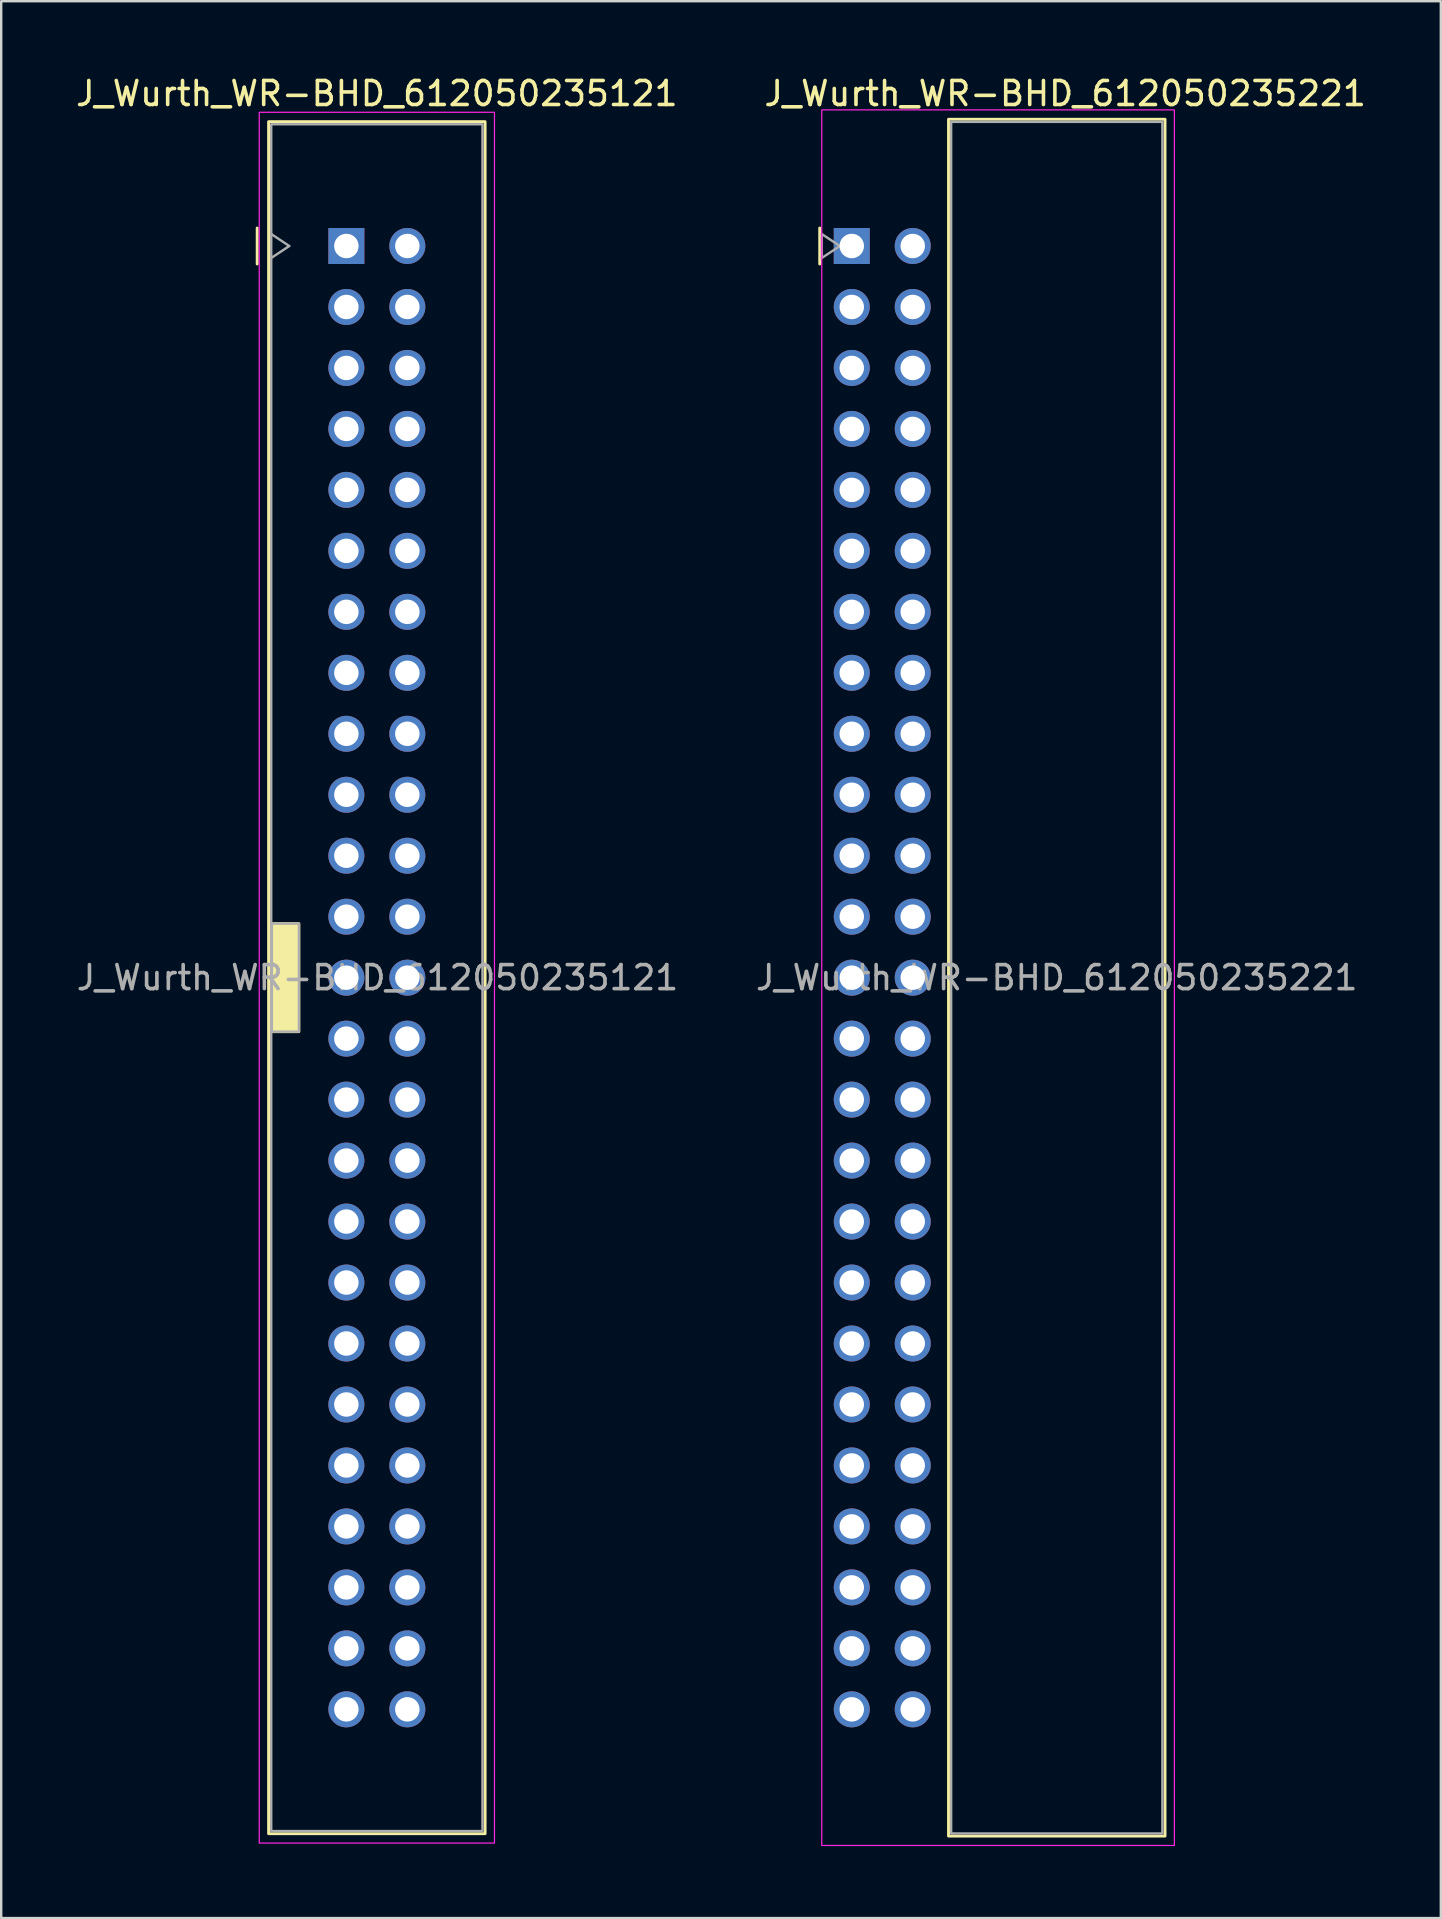
<source format=kicad_pcb>
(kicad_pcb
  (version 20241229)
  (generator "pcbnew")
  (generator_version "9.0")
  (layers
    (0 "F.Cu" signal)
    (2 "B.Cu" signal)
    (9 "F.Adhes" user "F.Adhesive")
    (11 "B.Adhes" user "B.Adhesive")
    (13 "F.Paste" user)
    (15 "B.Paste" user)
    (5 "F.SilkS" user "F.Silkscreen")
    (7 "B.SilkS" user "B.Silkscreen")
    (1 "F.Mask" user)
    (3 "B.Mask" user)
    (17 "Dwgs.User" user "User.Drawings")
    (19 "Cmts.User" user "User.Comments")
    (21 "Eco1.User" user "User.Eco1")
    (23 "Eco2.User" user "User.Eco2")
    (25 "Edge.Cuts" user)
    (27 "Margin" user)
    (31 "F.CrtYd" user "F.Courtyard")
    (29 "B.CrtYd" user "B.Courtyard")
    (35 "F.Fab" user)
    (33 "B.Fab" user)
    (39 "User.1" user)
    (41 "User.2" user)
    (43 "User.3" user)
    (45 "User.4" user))
  (footprint "J_Wurth_WR-BHD_612050235121"
    (layer "F.Cu")
    (at 11.379 7.198)
    (property "Reference" "J_Wurth_WR-BHD_612050235121" (at 1.27 -6.35 0) (unlocked yes) (layer "F.SilkS") (effects (font (size 1 1) (thickness 0.15))))
    (attr through_hole)
    (fp_line (start -3.715 -0.75) (end -3.715 0.75) (stroke (width 0.12) (type solid)) (layer "F.SilkS"))
    (fp_rect (start -3.24 -5.18) (end 5.78 66.14) (stroke (width 0.12) (type solid)) (fill no) (layer "F.SilkS"))
    (fp_rect (start -3.178 28.23) (end -1.978 32.73) (stroke (width 0.12) (type solid)) (fill yes) (layer "F.SilkS"))
    (fp_rect (start -3.63 -5.57) (end 6.17 66.53) (stroke (width 0.05) (type solid)) (fill no) (layer "F.CrtYd"))
    (fp_line (start -2.38 0) (end -3.13 -0.5) (stroke (width 0.1) (type solid)) (layer "F.Fab"))
    (fp_line (start -2.38 0) (end -3.13 0.5) (stroke (width 0.1) (type solid)) (layer "F.Fab"))
    (fp_rect (start -3.13 -5.07) (end 5.67 66.03) (stroke (width 0.1) (type solid)) (fill no) (layer "F.Fab"))
    (fp_rect (start -3.103 28.23) (end -1.978 32.73) (stroke (width 0.1) (type solid)) (fill no) (layer "F.Fab"))
    (fp_text user "${REFERENCE}" (at 1.297 30.48 0) (unlocked yes) (layer "F.Fab") (effects (font (size 1 1) (thickness 0.15))))
    (pad "1" thru_hole rect (at 0 0 270) (size 1.5 1.5) (drill 1.02) (layers "*.Cu" "*.Mask"))
    (pad "2" thru_hole circle (at 2.54 0 270) (size 1.5 1.5) (drill 1.02) (layers "*.Cu" "*.Mask"))
    (pad "3" thru_hole circle (at 0 2.54 270) (size 1.5 1.5) (drill 1.02) (layers "*.Cu" "*.Mask"))
    (pad "4" thru_hole circle (at 2.54 2.54 270) (size 1.5 1.5) (drill 1.02) (layers "*.Cu" "*.Mask"))
    (pad "5" thru_hole circle (at 0 5.08 270) (size 1.5 1.5) (drill 1.02) (layers "*.Cu" "*.Mask"))
    (pad "6" thru_hole circle (at 2.54 5.08 270) (size 1.5 1.5) (drill 1.02) (layers "*.Cu" "*.Mask"))
    (pad "7" thru_hole circle (at 0 7.62 270) (size 1.5 1.5) (drill 1.02) (layers "*.Cu" "*.Mask"))
    (pad "8" thru_hole circle (at 2.54 7.62 270) (size 1.5 1.5) (drill 1.02) (layers "*.Cu" "*.Mask"))
    (pad "9" thru_hole circle (at 0 10.16 270) (size 1.5 1.5) (drill 1.02) (layers "*.Cu" "*.Mask"))
    (pad "10" thru_hole circle (at 2.54 10.16 270) (size 1.5 1.5) (drill 1.02) (layers "*.Cu" "*.Mask"))
    (pad "11" thru_hole circle (at 0 12.7 270) (size 1.5 1.5) (drill 1.02) (layers "*.Cu" "*.Mask"))
    (pad "12" thru_hole circle (at 2.54 12.7 270) (size 1.5 1.5) (drill 1.02) (layers "*.Cu" "*.Mask"))
    (pad "13" thru_hole circle (at 0 15.24 270) (size 1.5 1.5) (drill 1.02) (layers "*.Cu" "*.Mask"))
    (pad "14" thru_hole circle (at 2.54 15.24 270) (size 1.5 1.5) (drill 1.02) (layers "*.Cu" "*.Mask"))
    (pad "15" thru_hole circle (at 0 17.78 270) (size 1.5 1.5) (drill 1.02) (layers "*.Cu" "*.Mask"))
    (pad "16" thru_hole circle (at 2.54 17.78 270) (size 1.5 1.5) (drill 1.02) (layers "*.Cu" "*.Mask"))
    (pad "17" thru_hole circle (at 0 20.32 270) (size 1.5 1.5) (drill 1.02) (layers "*.Cu" "*.Mask"))
    (pad "18" thru_hole circle (at 2.54 20.32 270) (size 1.5 1.5) (drill 1.02) (layers "*.Cu" "*.Mask"))
    (pad "19" thru_hole circle (at 0 22.86 270) (size 1.5 1.5) (drill 1.02) (layers "*.Cu" "*.Mask"))
    (pad "20" thru_hole circle (at 2.54 22.86 270) (size 1.5 1.5) (drill 1.02) (layers "*.Cu" "*.Mask"))
    (pad "21" thru_hole circle (at 0 25.4 270) (size 1.5 1.5) (drill 1.02) (layers "*.Cu" "*.Mask"))
    (pad "22" thru_hole circle (at 2.54 25.4 270) (size 1.5 1.5) (drill 1.02) (layers "*.Cu" "*.Mask"))
    (pad "23" thru_hole circle (at 0 27.94 270) (size 1.5 1.5) (drill 1.02) (layers "*.Cu" "*.Mask"))
    (pad "24" thru_hole circle (at 2.54 27.94 270) (size 1.5 1.5) (drill 1.02) (layers "*.Cu" "*.Mask"))
    (pad "25" thru_hole circle (at 0 30.48 270) (size 1.5 1.5) (drill 1.02) (layers "*.Cu" "*.Mask"))
    (pad "26" thru_hole circle (at 2.54 30.48 270) (size 1.5 1.5) (drill 1.02) (layers "*.Cu" "*.Mask"))
    (pad "27" thru_hole circle (at 0 33.02 270) (size 1.5 1.5) (drill 1.02) (layers "*.Cu" "*.Mask"))
    (pad "28" thru_hole circle (at 2.54 33.02 270) (size 1.5 1.5) (drill 1.02) (layers "*.Cu" "*.Mask"))
    (pad "29" thru_hole circle (at 0 35.56 270) (size 1.5 1.5) (drill 1.02) (layers "*.Cu" "*.Mask"))
    (pad "30" thru_hole circle (at 2.54 35.56 270) (size 1.5 1.5) (drill 1.02) (layers "*.Cu" "*.Mask"))
    (pad "31" thru_hole circle (at 0 38.1 270) (size 1.5 1.5) (drill 1.02) (layers "*.Cu" "*.Mask"))
    (pad "32" thru_hole circle (at 2.54 38.1 270) (size 1.5 1.5) (drill 1.02) (layers "*.Cu" "*.Mask"))
    (pad "33" thru_hole circle (at 0 40.64 270) (size 1.5 1.5) (drill 1.02) (layers "*.Cu" "*.Mask"))
    (pad "34" thru_hole circle (at 2.54 40.64 270) (size 1.5 1.5) (drill 1.02) (layers "*.Cu" "*.Mask"))
    (pad "35" thru_hole circle (at 0 43.18 270) (size 1.5 1.5) (drill 1.02) (layers "*.Cu" "*.Mask"))
    (pad "36" thru_hole circle (at 2.54 43.18 270) (size 1.5 1.5) (drill 1.02) (layers "*.Cu" "*.Mask"))
    (pad "37" thru_hole circle (at 0 45.72 270) (size 1.5 1.5) (drill 1.02) (layers "*.Cu" "*.Mask"))
    (pad "38" thru_hole circle (at 2.54 45.72 270) (size 1.5 1.5) (drill 1.02) (layers "*.Cu" "*.Mask"))
    (pad "39" thru_hole circle (at 0 48.26 270) (size 1.5 1.5) (drill 1.02) (layers "*.Cu" "*.Mask"))
    (pad "40" thru_hole circle (at 2.54 48.26 270) (size 1.5 1.5) (drill 1.02) (layers "*.Cu" "*.Mask"))
    (pad "41" thru_hole circle (at 0 50.8 270) (size 1.5 1.5) (drill 1.02) (layers "*.Cu" "*.Mask"))
    (pad "42" thru_hole circle (at 2.54 50.8 270) (size 1.5 1.5) (drill 1.02) (layers "*.Cu" "*.Mask"))
    (pad "43" thru_hole circle (at 0 53.34 270) (size 1.5 1.5) (drill 1.02) (layers "*.Cu" "*.Mask"))
    (pad "44" thru_hole circle (at 2.54 53.34 270) (size 1.5 1.5) (drill 1.02) (layers "*.Cu" "*.Mask"))
    (pad "45" thru_hole circle (at 0 55.88 270) (size 1.5 1.5) (drill 1.02) (layers "*.Cu" "*.Mask"))
    (pad "46" thru_hole circle (at 2.54 55.88 270) (size 1.5 1.5) (drill 1.02) (layers "*.Cu" "*.Mask"))
    (pad "47" thru_hole circle (at 0 58.42 270) (size 1.5 1.5) (drill 1.02) (layers "*.Cu" "*.Mask"))
    (pad "48" thru_hole circle (at 2.54 58.42 270) (size 1.5 1.5) (drill 1.02) (layers "*.Cu" "*.Mask"))
    (pad "49" thru_hole circle (at 0 60.96 270) (size 1.5 1.5) (drill 1.02) (layers "*.Cu" "*.Mask"))
    (pad "50" thru_hole circle (at 2.54 60.96 270) (size 1.5 1.5) (drill 1.02) (layers "*.Cu" "*.Mask")))
  (footprint "J_Wurth_WR-BHD_612050235221"
    (layer "F.Cu")
    (at 32.433 7.198)
    (property "Reference" "J_Wurth_WR-BHD_612050235221" (at 8.89 -6.35 0) (unlocked yes) (layer "F.SilkS") (effects (font (size 1 1) (thickness 0.15))))
    (attr through_hole)
    (fp_line (start -1.335 0.75) (end -1.335 -0.75) (stroke (width 0.12) (type solid)) (layer "F.SilkS"))
    (fp_rect (start 4.03 -5.28) (end 13.05 66.24) (stroke (width 0.12) (type solid)) (fill no) (layer "F.SilkS"))
    (fp_rect (start -1.25 -5.67) (end 13.44 66.63) (stroke (width 0.05) (type solid)) (fill no) (layer "F.CrtYd"))
    (fp_line (start -1.25 0.5) (end -1.25 -0.5) (stroke (width 0.1) (type default)) (layer "F.Fab"))
    (fp_line (start -0.5 0) (end -1.25 -0.5) (stroke (width 0.1) (type solid)) (layer "F.Fab"))
    (fp_line (start -0.5 0) (end -1.25 0.5) (stroke (width 0.1) (type solid)) (layer "F.Fab"))
    (fp_rect (start 4.14 -5.17) (end 12.94 66.13) (stroke (width 0.1) (type solid)) (fill no) (layer "F.Fab"))
    (fp_text user "${REFERENCE}" (at 8.54 30.48 0) (unlocked yes) (layer "F.Fab") (effects (font (size 1 1) (thickness 0.15))))
    (pad "1" thru_hole rect (at 0 0 90) (size 1.5 1.5) (drill 1.02) (layers "*.Cu" "*.Mask"))
    (pad "2" thru_hole circle (at 2.54 0 90) (size 1.5 1.5) (drill 1.02) (layers "*.Cu" "*.Mask"))
    (pad "3" thru_hole circle (at 0 2.54 90) (size 1.5 1.5) (drill 1.02) (layers "*.Cu" "*.Mask"))
    (pad "4" thru_hole circle (at 2.54 2.54 90) (size 1.5 1.5) (drill 1.02) (layers "*.Cu" "*.Mask"))
    (pad "5" thru_hole circle (at 0 5.08 90) (size 1.5 1.5) (drill 1.02) (layers "*.Cu" "*.Mask"))
    (pad "6" thru_hole circle (at 2.54 5.08 90) (size 1.5 1.5) (drill 1.02) (layers "*.Cu" "*.Mask"))
    (pad "7" thru_hole circle (at 0 7.62 90) (size 1.5 1.5) (drill 1.02) (layers "*.Cu" "*.Mask"))
    (pad "8" thru_hole circle (at 2.54 7.62 90) (size 1.5 1.5) (drill 1.02) (layers "*.Cu" "*.Mask"))
    (pad "9" thru_hole circle (at 0 10.16 90) (size 1.5 1.5) (drill 1.02) (layers "*.Cu" "*.Mask"))
    (pad "10" thru_hole circle (at 2.54 10.16 90) (size 1.5 1.5) (drill 1.02) (layers "*.Cu" "*.Mask"))
    (pad "11" thru_hole circle (at 0 12.7 90) (size 1.5 1.5) (drill 1.02) (layers "*.Cu" "*.Mask"))
    (pad "12" thru_hole circle (at 2.54 12.7 90) (size 1.5 1.5) (drill 1.02) (layers "*.Cu" "*.Mask"))
    (pad "13" thru_hole circle (at 0 15.24 90) (size 1.5 1.5) (drill 1.02) (layers "*.Cu" "*.Mask"))
    (pad "14" thru_hole circle (at 2.54 15.24 90) (size 1.5 1.5) (drill 1.02) (layers "*.Cu" "*.Mask"))
    (pad "15" thru_hole circle (at 0 17.78 90) (size 1.5 1.5) (drill 1.02) (layers "*.Cu" "*.Mask"))
    (pad "16" thru_hole circle (at 2.54 17.78 90) (size 1.5 1.5) (drill 1.02) (layers "*.Cu" "*.Mask"))
    (pad "17" thru_hole circle (at 0 20.32 90) (size 1.5 1.5) (drill 1.02) (layers "*.Cu" "*.Mask"))
    (pad "18" thru_hole circle (at 2.54 20.32 90) (size 1.5 1.5) (drill 1.02) (layers "*.Cu" "*.Mask"))
    (pad "19" thru_hole circle (at 0 22.86 90) (size 1.5 1.5) (drill 1.02) (layers "*.Cu" "*.Mask"))
    (pad "20" thru_hole circle (at 2.54 22.86 90) (size 1.5 1.5) (drill 1.02) (layers "*.Cu" "*.Mask"))
    (pad "21" thru_hole circle (at 0 25.4 90) (size 1.5 1.5) (drill 1.02) (layers "*.Cu" "*.Mask"))
    (pad "22" thru_hole circle (at 2.54 25.4 90) (size 1.5 1.5) (drill 1.02) (layers "*.Cu" "*.Mask"))
    (pad "23" thru_hole circle (at 0 27.94 90) (size 1.5 1.5) (drill 1.02) (layers "*.Cu" "*.Mask"))
    (pad "24" thru_hole circle (at 2.54 27.94 90) (size 1.5 1.5) (drill 1.02) (layers "*.Cu" "*.Mask"))
    (pad "25" thru_hole circle (at 0 30.48 90) (size 1.5 1.5) (drill 1.02) (layers "*.Cu" "*.Mask"))
    (pad "26" thru_hole circle (at 2.54 30.48 90) (size 1.5 1.5) (drill 1.02) (layers "*.Cu" "*.Mask"))
    (pad "27" thru_hole circle (at 0 33.02 90) (size 1.5 1.5) (drill 1.02) (layers "*.Cu" "*.Mask"))
    (pad "28" thru_hole circle (at 2.54 33.02 90) (size 1.5 1.5) (drill 1.02) (layers "*.Cu" "*.Mask"))
    (pad "29" thru_hole circle (at 0 35.56 90) (size 1.5 1.5) (drill 1.02) (layers "*.Cu" "*.Mask"))
    (pad "30" thru_hole circle (at 2.54 35.56 90) (size 1.5 1.5) (drill 1.02) (layers "*.Cu" "*.Mask"))
    (pad "31" thru_hole circle (at 0 38.1 90) (size 1.5 1.5) (drill 1.02) (layers "*.Cu" "*.Mask"))
    (pad "32" thru_hole circle (at 2.54 38.1 90) (size 1.5 1.5) (drill 1.02) (layers "*.Cu" "*.Mask"))
    (pad "33" thru_hole circle (at 0 40.64 90) (size 1.5 1.5) (drill 1.02) (layers "*.Cu" "*.Mask"))
    (pad "34" thru_hole circle (at 2.54 40.64 90) (size 1.5 1.5) (drill 1.02) (layers "*.Cu" "*.Mask"))
    (pad "35" thru_hole circle (at 0 43.18 90) (size 1.5 1.5) (drill 1.02) (layers "*.Cu" "*.Mask"))
    (pad "36" thru_hole circle (at 2.54 43.18 90) (size 1.5 1.5) (drill 1.02) (layers "*.Cu" "*.Mask"))
    (pad "37" thru_hole circle (at 0 45.72 90) (size 1.5 1.5) (drill 1.02) (layers "*.Cu" "*.Mask"))
    (pad "38" thru_hole circle (at 2.54 45.72 90) (size 1.5 1.5) (drill 1.02) (layers "*.Cu" "*.Mask"))
    (pad "39" thru_hole circle (at 0 48.26 90) (size 1.5 1.5) (drill 1.02) (layers "*.Cu" "*.Mask"))
    (pad "40" thru_hole circle (at 2.54 48.26 90) (size 1.5 1.5) (drill 1.02) (layers "*.Cu" "*.Mask"))
    (pad "41" thru_hole circle (at 0 50.8 90) (size 1.5 1.5) (drill 1.02) (layers "*.Cu" "*.Mask"))
    (pad "42" thru_hole circle (at 2.54 50.8 90) (size 1.5 1.5) (drill 1.02) (layers "*.Cu" "*.Mask"))
    (pad "43" thru_hole circle (at 0 53.34 90) (size 1.5 1.5) (drill 1.02) (layers "*.Cu" "*.Mask"))
    (pad "44" thru_hole circle (at 2.54 53.34 90) (size 1.5 1.5) (drill 1.02) (layers "*.Cu" "*.Mask"))
    (pad "45" thru_hole circle (at 0 55.88 90) (size 1.5 1.5) (drill 1.02) (layers "*.Cu" "*.Mask"))
    (pad "46" thru_hole circle (at 2.54 55.88 90) (size 1.5 1.5) (drill 1.02) (layers "*.Cu" "*.Mask"))
    (pad "47" thru_hole circle (at 0 58.42 90) (size 1.5 1.5) (drill 1.02) (layers "*.Cu" "*.Mask"))
    (pad "48" thru_hole circle (at 2.54 58.42 90) (size 1.5 1.5) (drill 1.02) (layers "*.Cu" "*.Mask"))
    (pad "49" thru_hole circle (at 0 60.96 90) (size 1.5 1.5) (drill 1.02) (layers "*.Cu" "*.Mask"))
    (pad "50" thru_hole circle (at 2.54 60.96 90) (size 1.5 1.5) (drill 1.02) (layers "*.Cu" "*.Mask")))
  (gr_rect
    (start -3 -3)
    (end 56.972 76.853)
    (stroke (width 0.1) (type default))
    (fill no)
    (layer "Edge.Cuts")))
</source>
